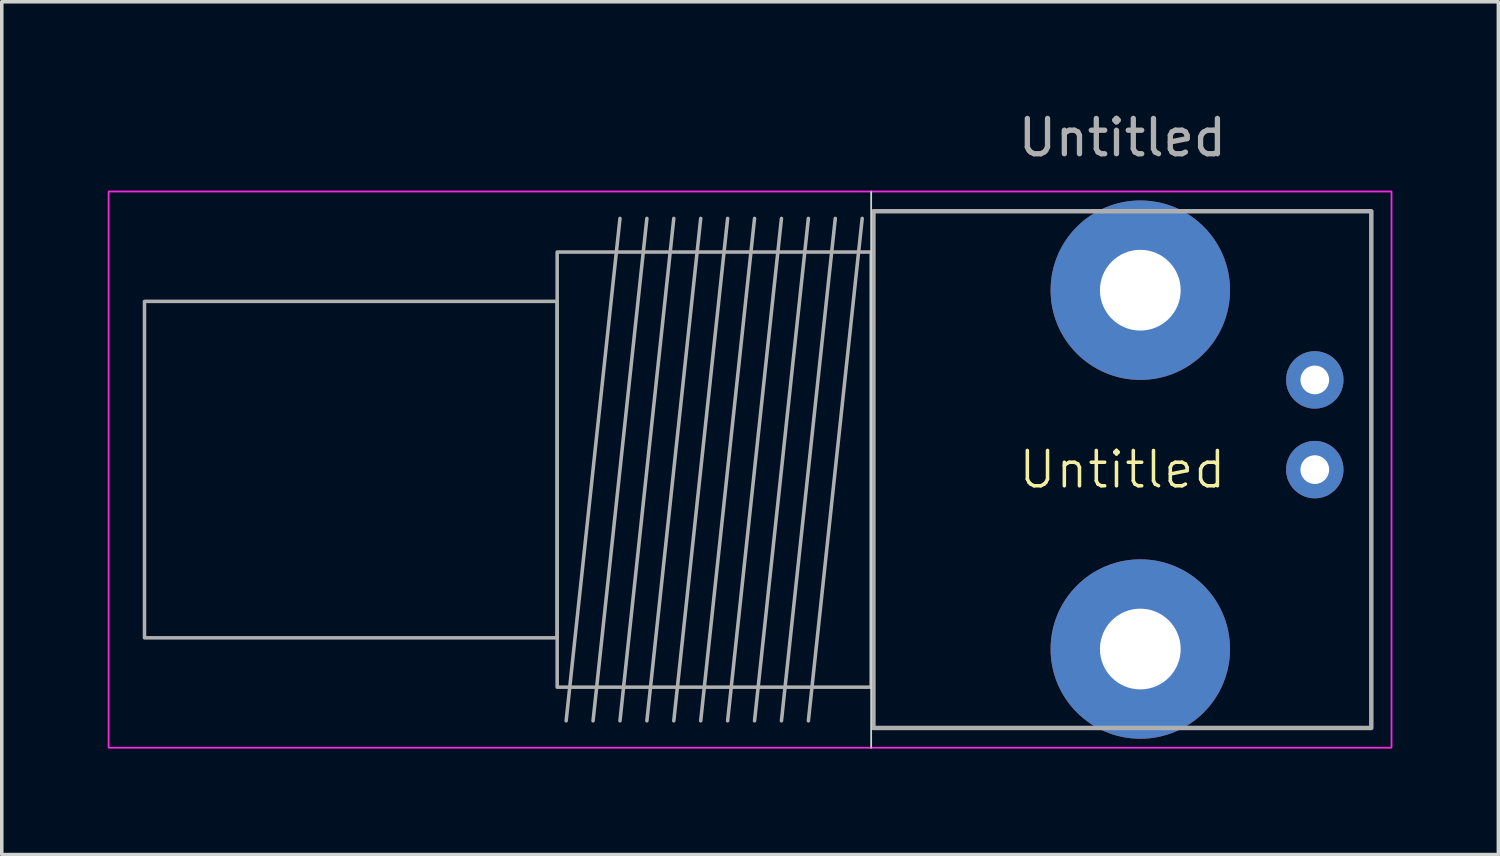
<source format=kicad_pcb>
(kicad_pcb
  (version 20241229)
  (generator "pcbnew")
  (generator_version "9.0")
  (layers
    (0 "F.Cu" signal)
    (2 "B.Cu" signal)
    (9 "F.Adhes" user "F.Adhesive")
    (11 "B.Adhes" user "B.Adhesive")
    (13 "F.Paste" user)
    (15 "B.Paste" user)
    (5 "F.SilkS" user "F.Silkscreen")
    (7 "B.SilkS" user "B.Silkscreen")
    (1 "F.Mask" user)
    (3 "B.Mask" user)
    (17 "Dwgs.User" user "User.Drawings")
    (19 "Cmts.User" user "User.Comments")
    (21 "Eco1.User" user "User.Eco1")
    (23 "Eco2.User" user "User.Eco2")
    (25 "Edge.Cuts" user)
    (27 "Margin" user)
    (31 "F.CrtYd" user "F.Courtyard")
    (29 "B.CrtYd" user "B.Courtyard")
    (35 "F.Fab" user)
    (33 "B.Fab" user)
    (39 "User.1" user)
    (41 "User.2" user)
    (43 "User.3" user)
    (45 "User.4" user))
  (footprint "Untitled"
    (layer "F.Cu")
    (at 28.727 10.246)
    (property "Reference" "Untitled" (at 0 0 0) (unlocked yes) (layer "F.SilkS") (effects (font (size 1 1) (thickness 0.1))))
    (attr smd)
    (fp_line (start -7.112 -7.874) (end -7.112 7.874) (stroke (width 0.05) (type default)) (layer "Edge.Cuts"))
    (fp_rect (start -28.702 -7.874) (end 7.62 7.874) (stroke (width 0.05) (type default)) (fill no) (layer "F.CrtYd"))
    (fp_line (start -14.224 -7.112) (end -15.748 7.112) (stroke (width 0.1) (type default)) (layer "F.Fab"))
    (fp_line (start -13.462 -7.112) (end -14.986 7.112) (stroke (width 0.1) (type default)) (layer "F.Fab"))
    (fp_line (start -12.7 -7.112) (end -14.224 7.112) (stroke (width 0.1) (type default)) (layer "F.Fab"))
    (fp_line (start -11.938 -7.112) (end -13.462 7.112) (stroke (width 0.1) (type default)) (layer "F.Fab"))
    (fp_line (start -11.176 -7.112) (end -12.7 7.112) (stroke (width 0.1) (type default)) (layer "F.Fab"))
    (fp_line (start -10.414 -7.112) (end -11.938 7.112) (stroke (width 0.1) (type default)) (layer "F.Fab"))
    (fp_line (start -9.652 -7.112) (end -11.176 7.112) (stroke (width 0.1) (type default)) (layer "F.Fab"))
    (fp_line (start -8.89 -7.112) (end -10.414 7.112) (stroke (width 0.1) (type default)) (layer "F.Fab"))
    (fp_line (start -8.128 -7.112) (end -9.652 7.112) (stroke (width 0.1) (type default)) (layer "F.Fab"))
    (fp_line (start -7.366 -7.112) (end -8.89 7.112) (stroke (width 0.1) (type default)) (layer "F.Fab"))
    (fp_rect (start -27.686 -4.763) (end -16.002 4.763) (stroke (width 0.1) (type solid)) (fill no) (layer "F.Fab"))
    (fp_rect (start -16.002 -6.16) (end -7.112 6.16) (stroke (width 0.1) (type solid)) (fill no) (layer "F.Fab"))
    (fp_rect (start -7.048 -7.315) (end 7.048 7.315) (stroke (width 0.127) (type solid)) (fill no) (layer "F.Fab"))
    (fp_text user "${REFERENCE}" (at 0 -9.398 0) (unlocked yes) (layer "F.Fab") (effects (font (size 1 1) (thickness 0.15))))
    (pad "1" thru_hole circle (at 0.508 -5.08 180) (size 5.08 5.08) (drill 2.286) (layers "*.Cu" "*.Mask"))
    (pad "1" thru_hole circle (at 0.508 5.08 180) (size 5.08 5.08) (drill 2.286) (layers "*.Cu" "*.Mask"))
    (pad "2" thru_hole circle (at 5.448 -2.54 180) (size 1.626 1.626) (drill 0.813) (layers "*.Cu" "*.Mask"))
    (pad "2" thru_hole circle (at 5.448 0 180) (size 1.626 1.626) (drill 0.813) (layers "*.Cu" "*.Mask")))
  (gr_rect
    (start -3 -3)
    (end 39.372 21.145)
    (stroke (width 0.1) (type default))
    (fill no)
    (layer "Edge.Cuts")))
</source>
